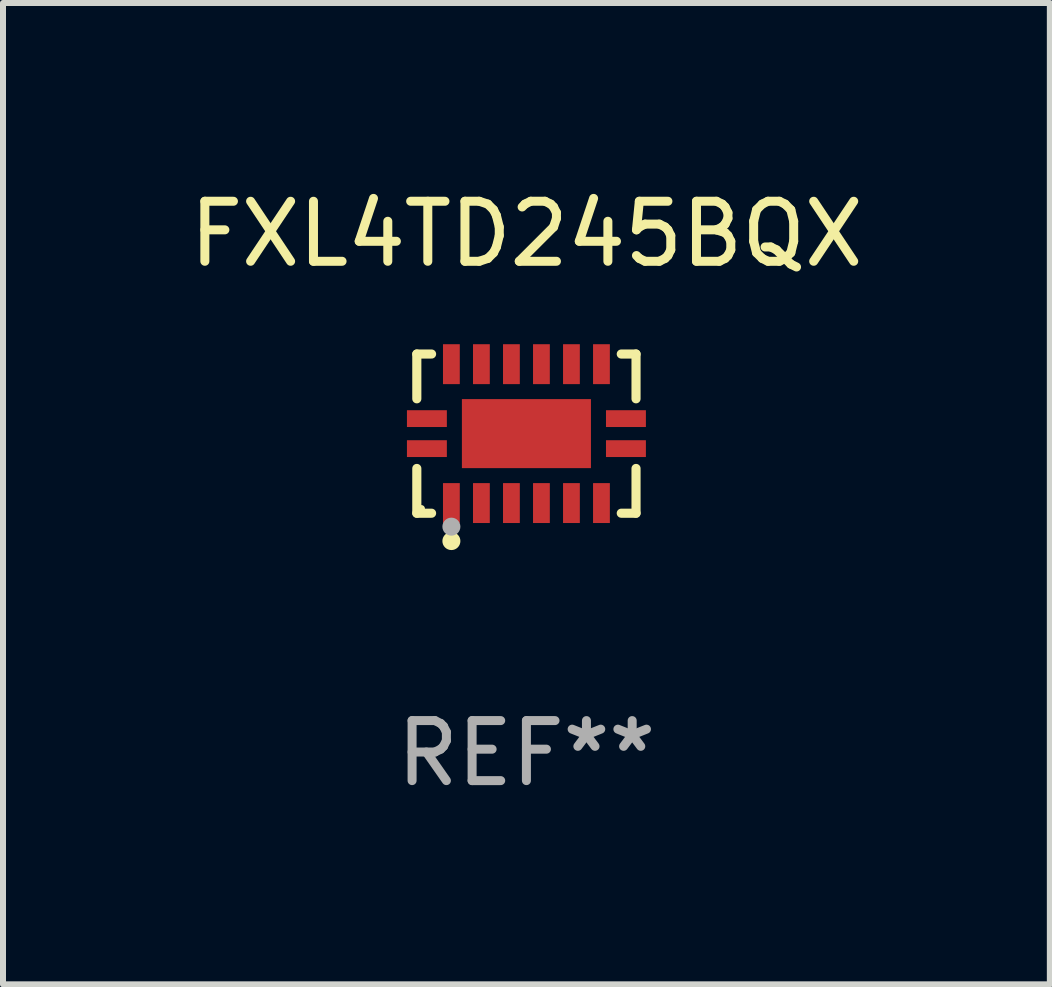
<source format=kicad_pcb>
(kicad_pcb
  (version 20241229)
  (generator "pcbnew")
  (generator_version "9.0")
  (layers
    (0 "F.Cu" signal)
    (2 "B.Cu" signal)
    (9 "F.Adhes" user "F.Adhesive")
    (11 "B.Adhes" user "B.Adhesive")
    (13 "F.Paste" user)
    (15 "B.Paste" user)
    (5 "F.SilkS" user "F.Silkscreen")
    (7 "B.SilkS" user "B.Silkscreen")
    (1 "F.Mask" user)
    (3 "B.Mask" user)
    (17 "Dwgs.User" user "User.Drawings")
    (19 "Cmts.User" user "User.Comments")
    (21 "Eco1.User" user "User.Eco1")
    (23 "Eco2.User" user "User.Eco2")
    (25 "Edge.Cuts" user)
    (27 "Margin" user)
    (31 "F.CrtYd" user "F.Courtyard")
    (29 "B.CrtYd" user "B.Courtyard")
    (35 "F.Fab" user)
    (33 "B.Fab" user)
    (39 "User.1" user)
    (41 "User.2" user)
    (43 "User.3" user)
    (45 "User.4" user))
  (footprint "FXL4TD245BQX"
    (layer "F.Cu")
    (at 5.72 4.174)
    (property "Reference" "FXL4TD245BQX" (at 0 -3.326 0) (layer "F.SilkS") (effects (font (size 1 1) (thickness 0.15))))
    (attr through_hole)
    (fp_line (start -1.826 -1.326) (end -1.58 -1.326) (stroke (width 0.152) (type solid)) (layer "F.SilkS"))
    (fp_line (start -1.826 -0.58) (end -1.826 -1.326) (stroke (width 0.152) (type solid)) (layer "F.SilkS"))
    (fp_line (start -1.826 0.58) (end -1.826 1.326) (stroke (width 0.152) (type solid)) (layer "F.SilkS"))
    (fp_line (start -1.826 1.326) (end -1.58 1.326) (stroke (width 0.152) (type solid)) (layer "F.SilkS"))
    (fp_line (start 1.826 -1.326) (end 1.58 -1.326) (stroke (width 0.152) (type solid)) (layer "F.SilkS"))
    (fp_line (start 1.826 -0.58) (end 1.826 -1.326) (stroke (width 0.152) (type solid)) (layer "F.SilkS"))
    (fp_line (start 1.826 0.58) (end 1.826 1.326) (stroke (width 0.152) (type solid)) (layer "F.SilkS"))
    (fp_line (start 1.826 1.326) (end 1.58 1.326) (stroke (width 0.152) (type solid)) (layer "F.SilkS"))
    (fp_circle (center -1.75 1.25) (end -1.72 1.25) (stroke (width 0.06) (type solid)) (fill no) (layer "F.SilkS"))
    (fp_circle (center -1.25 1.79) (end -1.175 1.79) (stroke (width 0.15) (type solid)) (fill no) (layer "F.SilkS"))
    (fp_circle (center -1.25 1.55) (end -1.175 1.55) (stroke (width 0.15) (type solid)) (fill no) (layer "F.Fab"))
    (fp_text user "REF**" (at 0 5.326 0) (layer "F.Fab") (effects (font (size 1 1) (thickness 0.15))))
    (pad "1" smd rect (at -1.658 0.25) (size 0.665 0.28) (layers "F.Cu" "F.Mask" "F.Paste"))
    (pad "2" smd rect (at -1.25 1.157) (size 0.28 0.665) (layers "F.Cu" "F.Mask" "F.Paste"))
    (pad "3" smd rect (at -0.75 1.157) (size 0.28 0.665) (layers "F.Cu" "F.Mask" "F.Paste"))
    (pad "4" smd rect (at -0.25 1.157) (size 0.28 0.665) (layers "F.Cu" "F.Mask" "F.Paste"))
    (pad "5" smd rect (at 0.25 1.157) (size 0.28 0.665) (layers "F.Cu" "F.Mask" "F.Paste"))
    (pad "6" smd rect (at 0.75 1.157) (size 0.28 0.665) (layers "F.Cu" "F.Mask" "F.Paste"))
    (pad "7" smd rect (at 1.25 1.157) (size 0.28 0.665) (layers "F.Cu" "F.Mask" "F.Paste"))
    (pad "8" smd rect (at 1.658 0.25) (size 0.665 0.28) (layers "F.Cu" "F.Mask" "F.Paste"))
    (pad "9" smd rect (at 1.658 -0.25) (size 0.665 0.28) (layers "F.Cu" "F.Mask" "F.Paste"))
    (pad "10" smd rect (at 1.25 -1.157) (size 0.28 0.665) (layers "F.Cu" "F.Mask" "F.Paste"))
    (pad "11" smd rect (at 0.75 -1.157) (size 0.28 0.665) (layers "F.Cu" "F.Mask" "F.Paste"))
    (pad "12" smd rect (at 0.25 -1.157) (size 0.28 0.665) (layers "F.Cu" "F.Mask" "F.Paste"))
    (pad "13" smd rect (at -0.25 -1.157) (size 0.28 0.665) (layers "F.Cu" "F.Mask" "F.Paste"))
    (pad "14" smd rect (at -0.75 -1.157) (size 0.28 0.665) (layers "F.Cu" "F.Mask" "F.Paste"))
    (pad "15" smd rect (at -1.25 -1.157) (size 0.28 0.665) (layers "F.Cu" "F.Mask" "F.Paste"))
    (pad "16" smd rect (at -1.658 -0.25) (size 0.665 0.28) (layers "F.Cu" "F.Mask" "F.Paste"))
    (pad "17" smd rect (at 0 0) (size 2.15 1.15) (layers "F.Cu" "F.Mask" "F.Paste")))
  (gr_rect
    (start -3 -3)
    (end 14.44 13.349)
    (stroke (width 0.1) (type default))
    (fill no)
    (layer "Edge.Cuts")))
</source>
